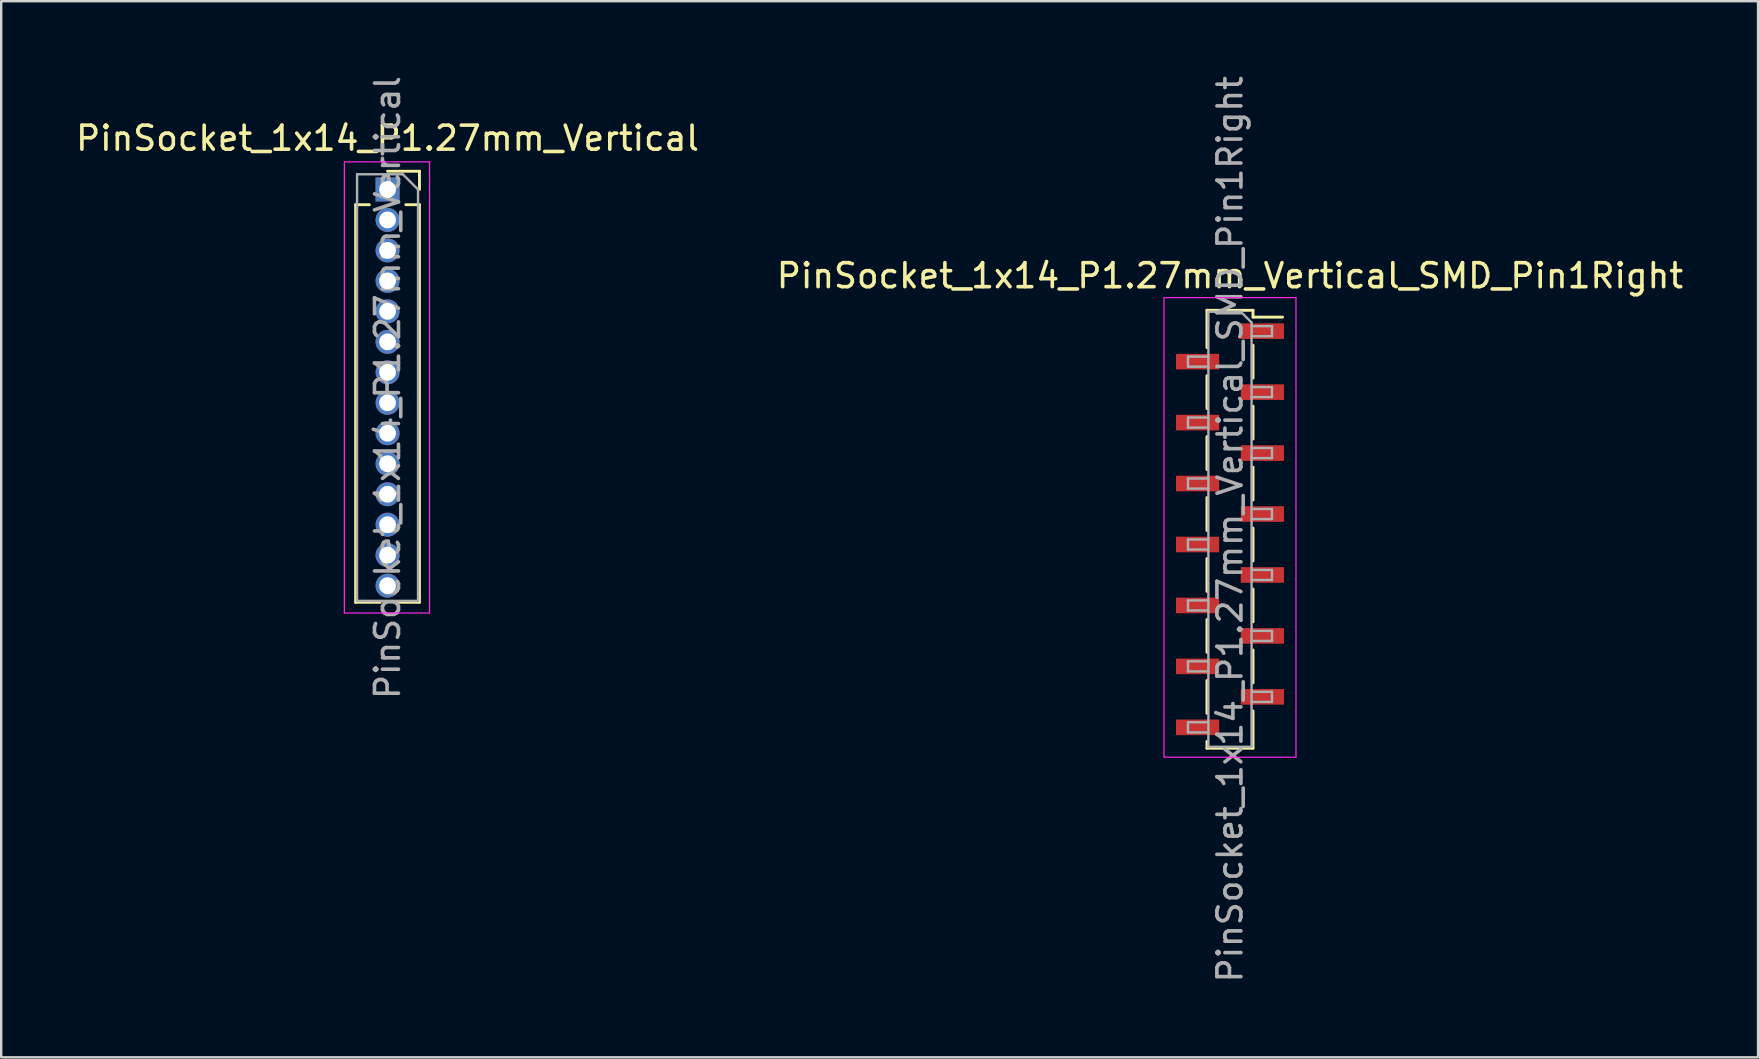
<source format=kicad_pcb>
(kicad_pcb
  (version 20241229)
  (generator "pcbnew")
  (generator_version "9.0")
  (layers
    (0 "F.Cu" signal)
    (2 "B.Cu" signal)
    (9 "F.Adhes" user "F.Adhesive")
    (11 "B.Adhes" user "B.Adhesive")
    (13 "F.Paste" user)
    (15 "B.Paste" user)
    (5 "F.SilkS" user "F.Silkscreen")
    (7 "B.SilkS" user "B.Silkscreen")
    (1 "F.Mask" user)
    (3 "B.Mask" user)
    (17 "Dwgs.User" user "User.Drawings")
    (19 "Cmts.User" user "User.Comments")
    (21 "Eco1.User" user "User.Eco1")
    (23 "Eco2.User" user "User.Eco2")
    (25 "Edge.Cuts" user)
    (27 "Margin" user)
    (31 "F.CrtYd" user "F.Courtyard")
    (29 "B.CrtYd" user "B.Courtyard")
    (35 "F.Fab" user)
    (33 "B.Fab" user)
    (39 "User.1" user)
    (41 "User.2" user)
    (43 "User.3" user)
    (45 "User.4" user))
  (footprint "PinSocket_1x14_P1.27mm_Vertical"
    (layer "F.Cu")
    (at 13.101 4.846)
    (property "Reference" "PinSocket_1x14_P1.27mm_Vertical" (at 0 -2.135 0) (layer "F.SilkS") (effects (font (size 1 1) (thickness 0.15))))
    (attr through_hole)
    (fp_line (start -1.33 0.635) (end -1.33 17.205) (stroke (width 0.12) (type solid)) (layer "F.SilkS"))
    (fp_line (start -1.33 0.635) (end -0.76 0.635) (stroke (width 0.12) (type solid)) (layer "F.SilkS"))
    (fp_line (start -1.33 17.205) (end -0.308 17.205) (stroke (width 0.12) (type solid)) (layer "F.SilkS"))
    (fp_line (start 0 -0.76) (end 1.33 -0.76) (stroke (width 0.12) (type solid)) (layer "F.SilkS"))
    (fp_line (start 0.308 17.205) (end 1.33 17.205) (stroke (width 0.12) (type solid)) (layer "F.SilkS"))
    (fp_line (start 0.76 0.635) (end 1.33 0.635) (stroke (width 0.12) (type solid)) (layer "F.SilkS"))
    (fp_line (start 1.33 -0.76) (end 1.33 0) (stroke (width 0.12) (type solid)) (layer "F.SilkS"))
    (fp_line (start 1.33 0.635) (end 1.33 17.205) (stroke (width 0.12) (type solid)) (layer "F.SilkS"))
    (fp_line (start -1.8 -1.15) (end 1.75 -1.15) (stroke (width 0.05) (type solid)) (layer "F.CrtYd"))
    (fp_line (start -1.8 17.65) (end -1.8 -1.15) (stroke (width 0.05) (type solid)) (layer "F.CrtYd"))
    (fp_line (start 1.75 -1.15) (end 1.75 17.65) (stroke (width 0.05) (type solid)) (layer "F.CrtYd"))
    (fp_line (start 1.75 17.65) (end -1.8 17.65) (stroke (width 0.05) (type solid)) (layer "F.CrtYd"))
    (fp_line (start -1.27 -0.635) (end 0.635 -0.635) (stroke (width 0.1) (type solid)) (layer "F.Fab"))
    (fp_line (start -1.27 17.145) (end -1.27 -0.635) (stroke (width 0.1) (type solid)) (layer "F.Fab"))
    (fp_line (start 0.635 -0.635) (end 1.27 0) (stroke (width 0.1) (type solid)) (layer "F.Fab"))
    (fp_line (start 1.27 0) (end 1.27 17.145) (stroke (width 0.1) (type solid)) (layer "F.Fab"))
    (fp_line (start 1.27 17.145) (end -1.27 17.145) (stroke (width 0.1) (type solid)) (layer "F.Fab"))
    (fp_text user "${REFERENCE}" (at 0 8.255 90) (layer "F.Fab") (effects (font (size 1 1) (thickness 0.15))))
    (pad "1" thru_hole rect (at 0 0) (size 1 1) (drill 0.7) (layers "*.Cu" "*.Mask"))
    (pad "2" thru_hole oval (at 0 1.27) (size 1 1) (drill 0.7) (layers "*.Cu" "*.Mask"))
    (pad "3" thru_hole oval (at 0 2.54) (size 1 1) (drill 0.7) (layers "*.Cu" "*.Mask"))
    (pad "4" thru_hole oval (at 0 3.81) (size 1 1) (drill 0.7) (layers "*.Cu" "*.Mask"))
    (pad "5" thru_hole oval (at 0 5.08) (size 1 1) (drill 0.7) (layers "*.Cu" "*.Mask"))
    (pad "6" thru_hole oval (at 0 6.35) (size 1 1) (drill 0.7) (layers "*.Cu" "*.Mask"))
    (pad "7" thru_hole oval (at 0 7.62) (size 1 1) (drill 0.7) (layers "*.Cu" "*.Mask"))
    (pad "8" thru_hole oval (at 0 8.89) (size 1 1) (drill 0.7) (layers "*.Cu" "*.Mask"))
    (pad "9" thru_hole oval (at 0 10.16) (size 1 1) (drill 0.7) (layers "*.Cu" "*.Mask"))
    (pad "10" thru_hole oval (at 0 11.43) (size 1 1) (drill 0.7) (layers "*.Cu" "*.Mask"))
    (pad "11" thru_hole oval (at 0 12.7) (size 1 1) (drill 0.7) (layers "*.Cu" "*.Mask"))
    (pad "12" thru_hole oval (at 0 13.97) (size 1 1) (drill 0.7) (layers "*.Cu" "*.Mask"))
    (pad "13" thru_hole oval (at 0 15.24) (size 1 1) (drill 0.7) (layers "*.Cu" "*.Mask"))
    (pad "14" thru_hole oval (at 0 16.51) (size 1 1) (drill 0.7) (layers "*.Cu" "*.Mask")))
  (footprint "PinSocket_1x14_P1.27mm_Vertical_SMD_Pin1Right"
    (layer "F.Cu")
    (at 48.208 19.006)
    (property "Reference" "PinSocket_1x14_P1.27mm_Vertical_SMD_Pin1Right" (at 0 -10.565 0) (layer "F.SilkS") (effects (font (size 1 1) (thickness 0.15))))
    (attr smd)
    (fp_line (start -0.96 -9.125) (end -0.96 -7.57) (stroke (width 0.12) (type solid)) (layer "F.SilkS"))
    (fp_line (start -0.96 -9.125) (end 0.96 -9.125) (stroke (width 0.12) (type solid)) (layer "F.SilkS"))
    (fp_line (start -0.96 -6.4) (end -0.96 -5.03) (stroke (width 0.12) (type solid)) (layer "F.SilkS"))
    (fp_line (start -0.96 -3.86) (end -0.96 -2.49) (stroke (width 0.12) (type solid)) (layer "F.SilkS"))
    (fp_line (start -0.96 -1.32) (end -0.96 0.05) (stroke (width 0.12) (type solid)) (layer "F.SilkS"))
    (fp_line (start -0.96 1.22) (end -0.96 2.59) (stroke (width 0.12) (type solid)) (layer "F.SilkS"))
    (fp_line (start -0.96 3.76) (end -0.96 5.13) (stroke (width 0.12) (type solid)) (layer "F.SilkS"))
    (fp_line (start -0.96 6.3) (end -0.96 7.67) (stroke (width 0.12) (type solid)) (layer "F.SilkS"))
    (fp_line (start -0.96 8.84) (end -0.96 9.125) (stroke (width 0.12) (type solid)) (layer "F.SilkS"))
    (fp_line (start -0.96 9.125) (end 0.96 9.125) (stroke (width 0.12) (type solid)) (layer "F.SilkS"))
    (fp_line (start 0.96 -9.125) (end 0.96 -8.84) (stroke (width 0.12) (type solid)) (layer "F.SilkS"))
    (fp_line (start 0.96 -8.84) (end 2.19 -8.84) (stroke (width 0.12) (type solid)) (layer "F.SilkS"))
    (fp_line (start 0.96 -7.67) (end 0.96 -6.3) (stroke (width 0.12) (type solid)) (layer "F.SilkS"))
    (fp_line (start 0.96 -5.13) (end 0.96 -3.76) (stroke (width 0.12) (type solid)) (layer "F.SilkS"))
    (fp_line (start 0.96 -2.59) (end 0.96 -1.22) (stroke (width 0.12) (type solid)) (layer "F.SilkS"))
    (fp_line (start 0.96 -0.05) (end 0.96 1.32) (stroke (width 0.12) (type solid)) (layer "F.SilkS"))
    (fp_line (start 0.96 2.49) (end 0.96 3.86) (stroke (width 0.12) (type solid)) (layer "F.SilkS"))
    (fp_line (start 0.96 5.03) (end 0.96 6.4) (stroke (width 0.12) (type solid)) (layer "F.SilkS"))
    (fp_line (start 0.96 7.57) (end 0.96 9.125) (stroke (width 0.12) (type solid)) (layer "F.SilkS"))
    (fp_line (start -2.75 -9.65) (end 2.75 -9.65) (stroke (width 0.05) (type solid)) (layer "F.CrtYd"))
    (fp_line (start -2.75 9.5) (end -2.75 -9.65) (stroke (width 0.05) (type solid)) (layer "F.CrtYd"))
    (fp_line (start 2.75 -9.65) (end 2.75 9.5) (stroke (width 0.05) (type solid)) (layer "F.CrtYd"))
    (fp_line (start 2.75 9.5) (end -2.75 9.5) (stroke (width 0.05) (type solid)) (layer "F.CrtYd"))
    (fp_line (start -1.75 -7.195) (end -0.9 -7.195) (stroke (width 0.1) (type solid)) (layer "F.Fab"))
    (fp_line (start -1.75 -6.775) (end -1.75 -7.195) (stroke (width 0.1) (type solid)) (layer "F.Fab"))
    (fp_line (start -1.75 -4.655) (end -0.9 -4.655) (stroke (width 0.1) (type solid)) (layer "F.Fab"))
    (fp_line (start -1.75 -4.235) (end -1.75 -4.655) (stroke (width 0.1) (type solid)) (layer "F.Fab"))
    (fp_line (start -1.75 -2.115) (end -0.9 -2.115) (stroke (width 0.1) (type solid)) (layer "F.Fab"))
    (fp_line (start -1.75 -1.695) (end -1.75 -2.115) (stroke (width 0.1) (type solid)) (layer "F.Fab"))
    (fp_line (start -1.75 0.425) (end -0.9 0.425) (stroke (width 0.1) (type solid)) (layer "F.Fab"))
    (fp_line (start -1.75 0.845) (end -1.75 0.425) (stroke (width 0.1) (type solid)) (layer "F.Fab"))
    (fp_line (start -1.75 2.965) (end -0.9 2.965) (stroke (width 0.1) (type solid)) (layer "F.Fab"))
    (fp_line (start -1.75 3.385) (end -1.75 2.965) (stroke (width 0.1) (type solid)) (layer "F.Fab"))
    (fp_line (start -1.75 5.505) (end -0.9 5.505) (stroke (width 0.1) (type solid)) (layer "F.Fab"))
    (fp_line (start -1.75 5.925) (end -1.75 5.505) (stroke (width 0.1) (type solid)) (layer "F.Fab"))
    (fp_line (start -1.75 8.045) (end -0.9 8.045) (stroke (width 0.1) (type solid)) (layer "F.Fab"))
    (fp_line (start -1.75 8.465) (end -1.75 8.045) (stroke (width 0.1) (type solid)) (layer "F.Fab"))
    (fp_line (start -0.9 -9.065) (end 0.45 -9.065) (stroke (width 0.1) (type solid)) (layer "F.Fab"))
    (fp_line (start -0.9 -6.775) (end -1.75 -6.775) (stroke (width 0.1) (type solid)) (layer "F.Fab"))
    (fp_line (start -0.9 -4.235) (end -1.75 -4.235) (stroke (width 0.1) (type solid)) (layer "F.Fab"))
    (fp_line (start -0.9 -1.695) (end -1.75 -1.695) (stroke (width 0.1) (type solid)) (layer "F.Fab"))
    (fp_line (start -0.9 0.845) (end -1.75 0.845) (stroke (width 0.1) (type solid)) (layer "F.Fab"))
    (fp_line (start -0.9 3.385) (end -1.75 3.385) (stroke (width 0.1) (type solid)) (layer "F.Fab"))
    (fp_line (start -0.9 5.925) (end -1.75 5.925) (stroke (width 0.1) (type solid)) (layer "F.Fab"))
    (fp_line (start -0.9 8.465) (end -1.75 8.465) (stroke (width 0.1) (type solid)) (layer "F.Fab"))
    (fp_line (start -0.9 9.065) (end -0.9 -9.065) (stroke (width 0.1) (type solid)) (layer "F.Fab"))
    (fp_line (start 0.45 -9.065) (end 0.9 -8.615) (stroke (width 0.1) (type solid)) (layer "F.Fab"))
    (fp_line (start 0.9 -8.615) (end 0.9 9.065) (stroke (width 0.1) (type solid)) (layer "F.Fab"))
    (fp_line (start 0.9 -8.465) (end 1.75 -8.465) (stroke (width 0.1) (type solid)) (layer "F.Fab"))
    (fp_line (start 0.9 -5.925) (end 1.75 -5.925) (stroke (width 0.1) (type solid)) (layer "F.Fab"))
    (fp_line (start 0.9 -3.385) (end 1.75 -3.385) (stroke (width 0.1) (type solid)) (layer "F.Fab"))
    (fp_line (start 0.9 -0.845) (end 1.75 -0.845) (stroke (width 0.1) (type solid)) (layer "F.Fab"))
    (fp_line (start 0.9 1.695) (end 1.75 1.695) (stroke (width 0.1) (type solid)) (layer "F.Fab"))
    (fp_line (start 0.9 4.235) (end 1.75 4.235) (stroke (width 0.1) (type solid)) (layer "F.Fab"))
    (fp_line (start 0.9 6.775) (end 1.75 6.775) (stroke (width 0.1) (type solid)) (layer "F.Fab"))
    (fp_line (start 0.9 9.065) (end -0.9 9.065) (stroke (width 0.1) (type solid)) (layer "F.Fab"))
    (fp_line (start 1.75 -8.465) (end 1.75 -8.045) (stroke (width 0.1) (type solid)) (layer "F.Fab"))
    (fp_line (start 1.75 -8.045) (end 0.9 -8.045) (stroke (width 0.1) (type solid)) (layer "F.Fab"))
    (fp_line (start 1.75 -5.925) (end 1.75 -5.505) (stroke (width 0.1) (type solid)) (layer "F.Fab"))
    (fp_line (start 1.75 -5.505) (end 0.9 -5.505) (stroke (width 0.1) (type solid)) (layer "F.Fab"))
    (fp_line (start 1.75 -3.385) (end 1.75 -2.965) (stroke (width 0.1) (type solid)) (layer "F.Fab"))
    (fp_line (start 1.75 -2.965) (end 0.9 -2.965) (stroke (width 0.1) (type solid)) (layer "F.Fab"))
    (fp_line (start 1.75 -0.845) (end 1.75 -0.425) (stroke (width 0.1) (type solid)) (layer "F.Fab"))
    (fp_line (start 1.75 -0.425) (end 0.9 -0.425) (stroke (width 0.1) (type solid)) (layer "F.Fab"))
    (fp_line (start 1.75 1.695) (end 1.75 2.115) (stroke (width 0.1) (type solid)) (layer "F.Fab"))
    (fp_line (start 1.75 2.115) (end 0.9 2.115) (stroke (width 0.1) (type solid)) (layer "F.Fab"))
    (fp_line (start 1.75 4.235) (end 1.75 4.655) (stroke (width 0.1) (type solid)) (layer "F.Fab"))
    (fp_line (start 1.75 4.655) (end 0.9 4.655) (stroke (width 0.1) (type solid)) (layer "F.Fab"))
    (fp_line (start 1.75 6.775) (end 1.75 7.195) (stroke (width 0.1) (type solid)) (layer "F.Fab"))
    (fp_line (start 1.75 7.195) (end 0.9 7.195) (stroke (width 0.1) (type solid)) (layer "F.Fab"))
    (fp_text user "${REFERENCE}" (at 0 0 90) (layer "F.Fab") (effects (font (size 1 1) (thickness 0.15))))
    (pad "1" smd rect (at 1.35 -8.255) (size 1.8 0.65) (layers "F.Cu" "F.Mask" "F.Paste"))
    (pad "2" smd rect (at -1.35 -6.985) (size 1.8 0.65) (layers "F.Cu" "F.Mask" "F.Paste"))
    (pad "3" smd rect (at 1.35 -5.715) (size 1.8 0.65) (layers "F.Cu" "F.Mask" "F.Paste"))
    (pad "4" smd rect (at -1.35 -4.445) (size 1.8 0.65) (layers "F.Cu" "F.Mask" "F.Paste"))
    (pad "5" smd rect (at 1.35 -3.175) (size 1.8 0.65) (layers "F.Cu" "F.Mask" "F.Paste"))
    (pad "6" smd rect (at -1.35 -1.905) (size 1.8 0.65) (layers "F.Cu" "F.Mask" "F.Paste"))
    (pad "7" smd rect (at 1.35 -0.635) (size 1.8 0.65) (layers "F.Cu" "F.Mask" "F.Paste"))
    (pad "8" smd rect (at -1.35 0.635) (size 1.8 0.65) (layers "F.Cu" "F.Mask" "F.Paste"))
    (pad "9" smd rect (at 1.35 1.905) (size 1.8 0.65) (layers "F.Cu" "F.Mask" "F.Paste"))
    (pad "10" smd rect (at -1.35 3.175) (size 1.8 0.65) (layers "F.Cu" "F.Mask" "F.Paste"))
    (pad "11" smd rect (at 1.35 4.445) (size 1.8 0.65) (layers "F.Cu" "F.Mask" "F.Paste"))
    (pad "12" smd rect (at -1.35 5.715) (size 1.8 0.65) (layers "F.Cu" "F.Mask" "F.Paste"))
    (pad "13" smd rect (at 1.35 6.985) (size 1.8 0.65) (layers "F.Cu" "F.Mask" "F.Paste"))
    (pad "14" smd rect (at -1.35 8.255) (size 1.8 0.65) (layers "F.Cu" "F.Mask" "F.Paste")))
  (gr_rect
    (start -3 -3)
    (end 70.214 41.012)
    (stroke (width 0.1) (type default))
    (fill no)
    (layer "Edge.Cuts")))
</source>
